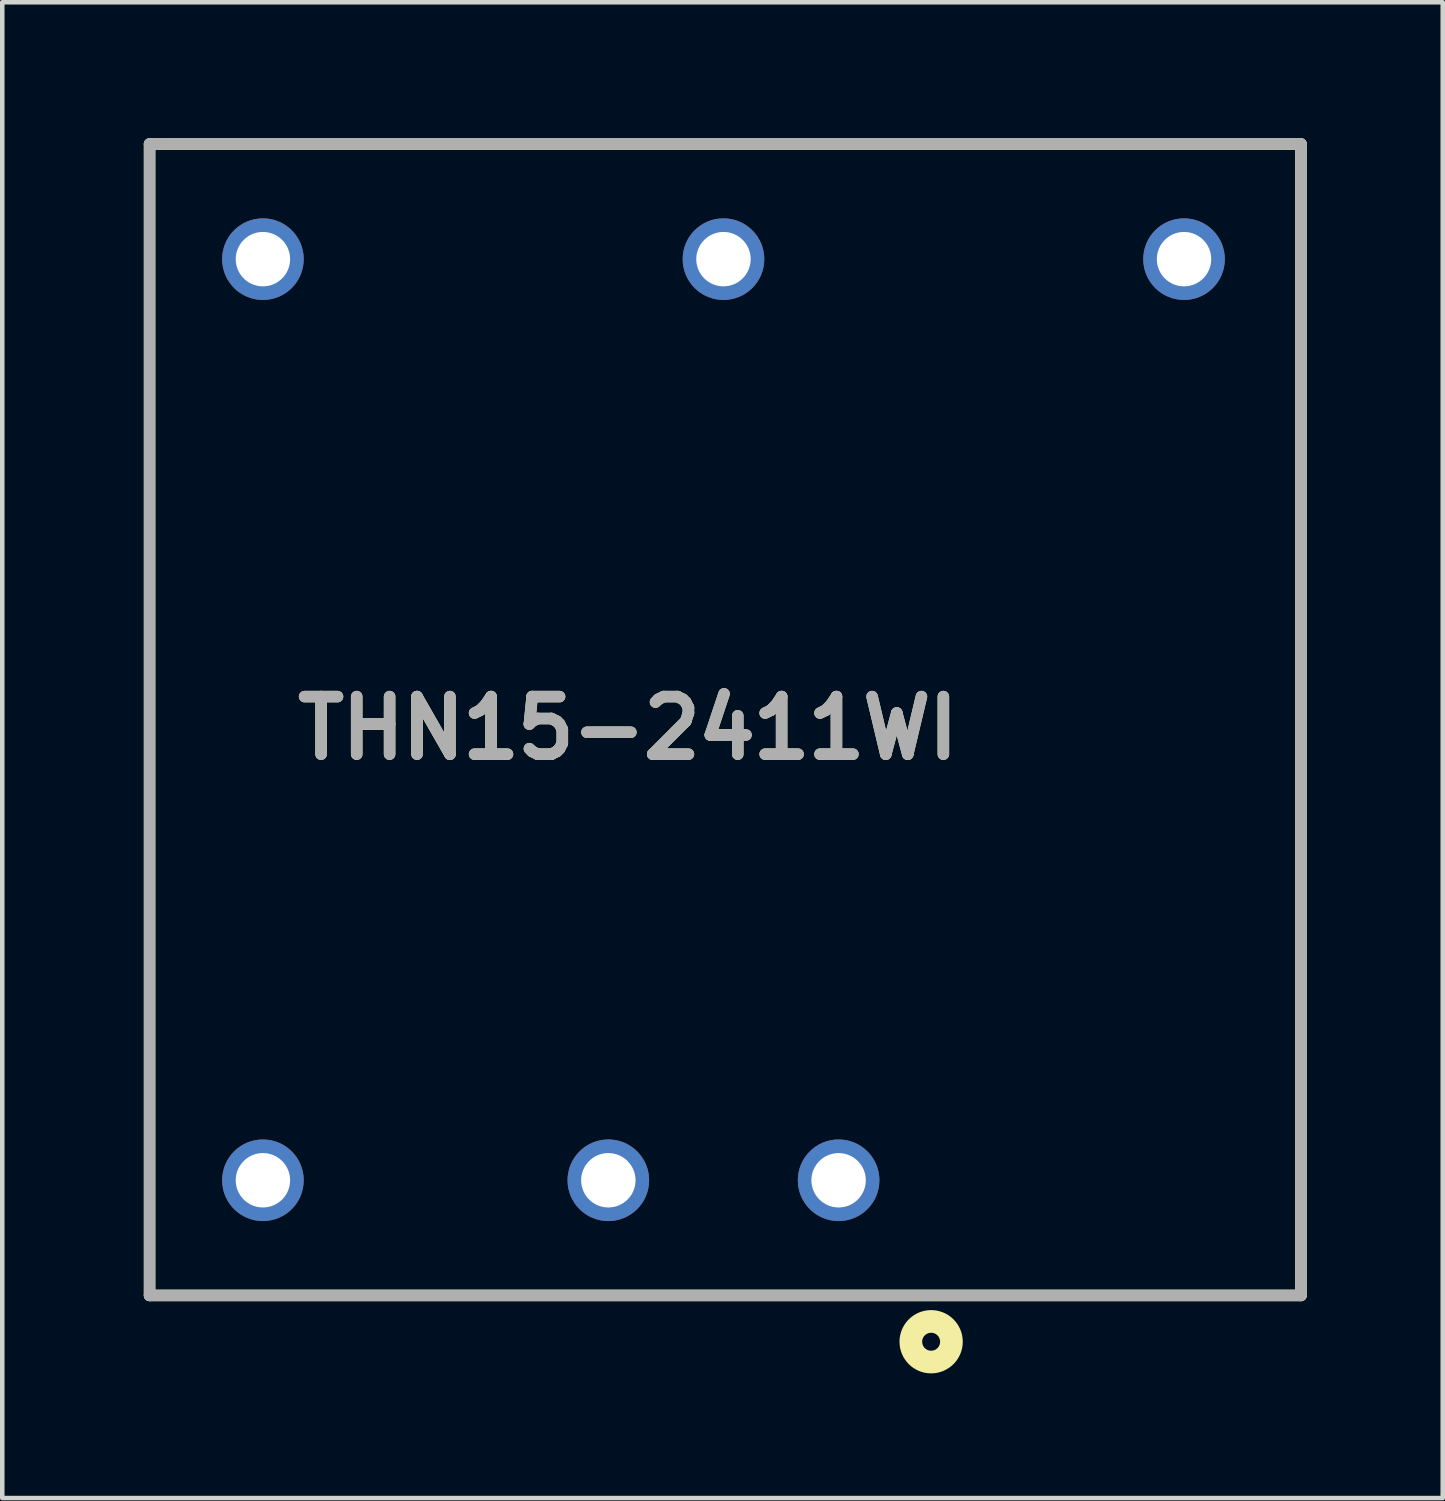
<source format=kicad_pcb>
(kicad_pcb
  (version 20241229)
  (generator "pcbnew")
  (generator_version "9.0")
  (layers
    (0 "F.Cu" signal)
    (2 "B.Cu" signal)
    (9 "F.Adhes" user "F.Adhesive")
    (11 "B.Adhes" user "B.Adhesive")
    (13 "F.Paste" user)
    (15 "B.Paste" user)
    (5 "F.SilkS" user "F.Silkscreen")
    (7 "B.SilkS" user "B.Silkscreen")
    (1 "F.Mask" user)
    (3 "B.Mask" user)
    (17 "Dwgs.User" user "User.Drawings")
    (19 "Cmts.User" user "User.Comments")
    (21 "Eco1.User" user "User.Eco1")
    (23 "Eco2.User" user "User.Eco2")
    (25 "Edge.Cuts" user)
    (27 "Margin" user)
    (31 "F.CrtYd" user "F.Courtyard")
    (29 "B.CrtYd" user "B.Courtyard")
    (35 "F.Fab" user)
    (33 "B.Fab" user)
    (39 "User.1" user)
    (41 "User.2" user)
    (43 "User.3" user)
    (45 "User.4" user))
  (footprint "THN15-2411WI"
    (layer "F.Cu")
    (at 0.25 25.527)
    (property "Reference" "THN15-2411WI" (at 10.556 -12.514 0) (layer "F.SilkS") (effects (font (size 1.27 1.27) (thickness 0.254))))
    (attr through_hole)
    (fp_line (start 0 -25.4) (end 25.4 -25.4) (stroke (width 0.254) (type solid)) (layer "F.SilkS"))
    (fp_line (start 0 0) (end 0 -25.4) (stroke (width 0.254) (type solid)) (layer "F.SilkS"))
    (fp_line (start 25.4 -25.4) (end 25.4 0) (stroke (width 0.254) (type solid)) (layer "F.SilkS"))
    (fp_line (start 25.4 0) (end 0 0) (stroke (width 0.254) (type solid)) (layer "F.SilkS"))
    (fp_circle (center 17.241 1.022) (end 17.241 1.22) (stroke (width 0.5) (type solid)) (fill no) (layer "F.SilkS"))
    (fp_line (start 0 -25.4) (end 25.4 -25.4) (stroke (width 0.254) (type solid)) (layer "F.Fab"))
    (fp_line (start 0 0) (end 0 -25.4) (stroke (width 0.254) (type solid)) (layer "F.Fab"))
    (fp_line (start 25.4 -25.4) (end 25.4 0) (stroke (width 0.254) (type solid)) (layer "F.Fab"))
    (fp_line (start 25.4 0) (end 0 0) (stroke (width 0.254) (type solid)) (layer "F.Fab"))
    (fp_text user "${REFERENCE}" (at 10.556 -12.514 0) (layer "F.Fab") (effects (font (size 1.27 1.27) (thickness 0.254))))
    (pad "1" thru_hole circle (at 15.2 -2.54) (size 1.8 1.8) (drill 1.2) (layers "*.Cu" "*.Mask"))
    (pad "2" thru_hole circle (at 10.12 -2.54) (size 1.8 1.8) (drill 1.2) (layers "*.Cu" "*.Mask"))
    (pad "3" thru_hole circle (at 22.82 -22.86) (size 1.8 1.8) (drill 1.2) (layers "*.Cu" "*.Mask"))
    (pad "4" thru_hole circle (at 12.66 -22.86) (size 1.8 1.8) (drill 1.2) (layers "*.Cu" "*.Mask"))
    (pad "5" thru_hole circle (at 2.5 -22.86) (size 1.8 1.8) (drill 1.2) (layers "*.Cu" "*.Mask"))
    (pad "6" thru_hole circle (at 2.5 -2.54) (size 1.8 1.8) (drill 1.2) (layers "*.Cu" "*.Mask")))
  (gr_rect
    (start -3 -3)
    (end 28.777 29.997)
    (stroke (width 0.1) (type default))
    (fill no)
    (layer "Edge.Cuts")))
</source>
